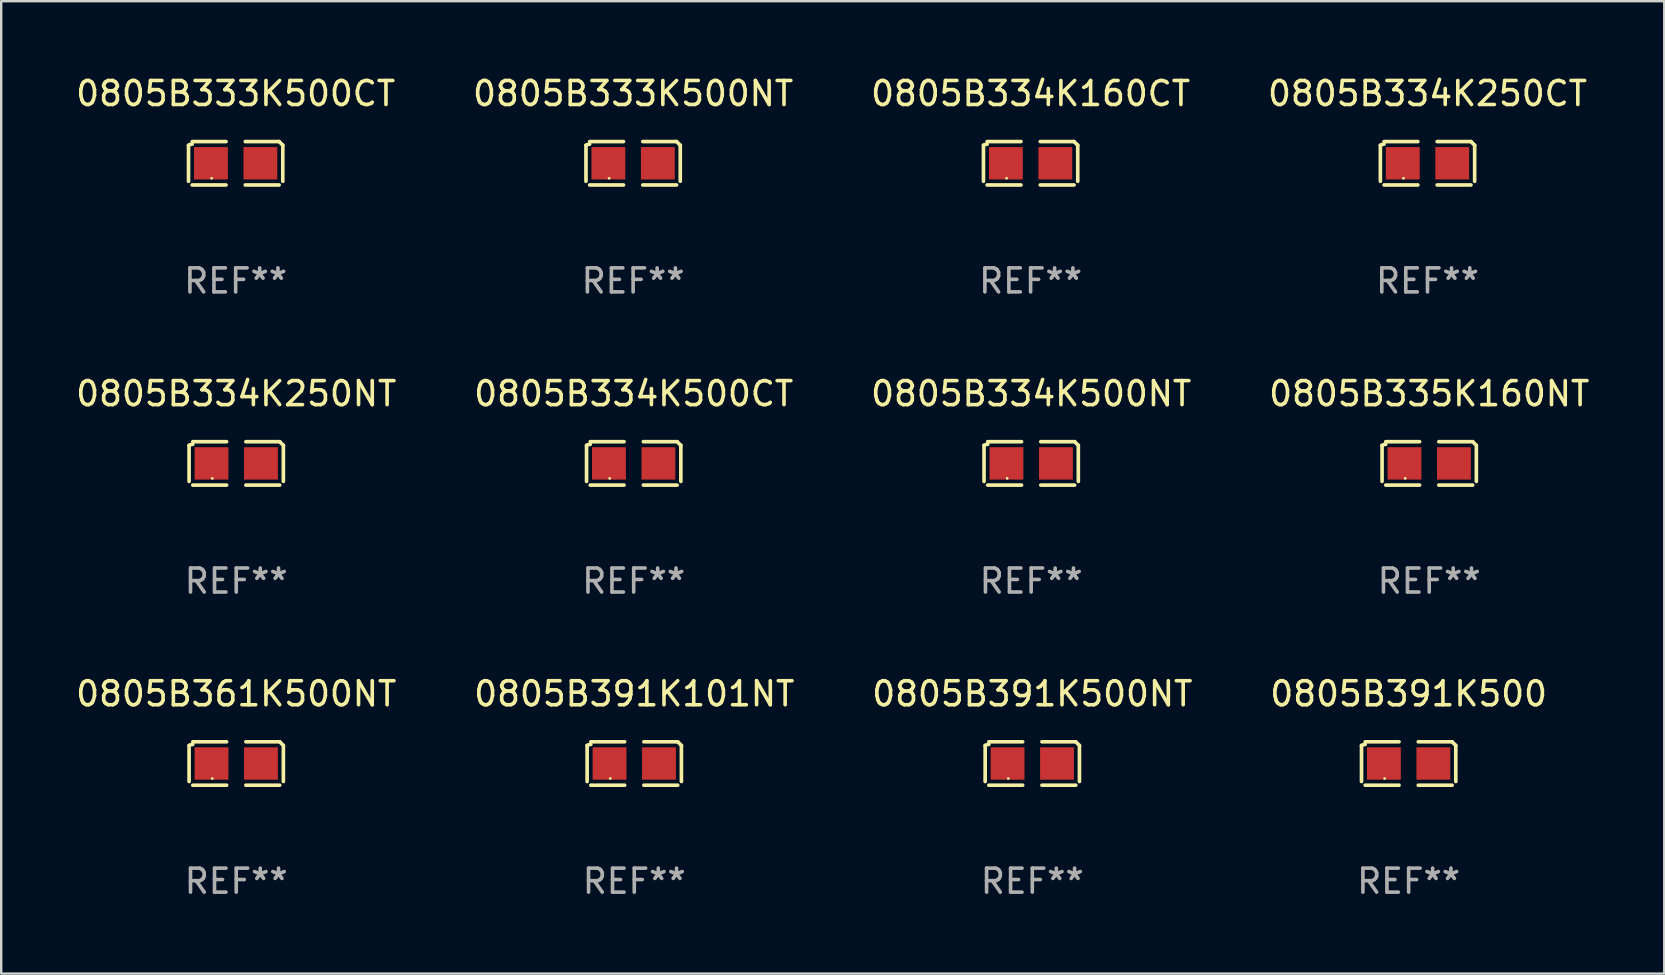
<source format=kicad_pcb>
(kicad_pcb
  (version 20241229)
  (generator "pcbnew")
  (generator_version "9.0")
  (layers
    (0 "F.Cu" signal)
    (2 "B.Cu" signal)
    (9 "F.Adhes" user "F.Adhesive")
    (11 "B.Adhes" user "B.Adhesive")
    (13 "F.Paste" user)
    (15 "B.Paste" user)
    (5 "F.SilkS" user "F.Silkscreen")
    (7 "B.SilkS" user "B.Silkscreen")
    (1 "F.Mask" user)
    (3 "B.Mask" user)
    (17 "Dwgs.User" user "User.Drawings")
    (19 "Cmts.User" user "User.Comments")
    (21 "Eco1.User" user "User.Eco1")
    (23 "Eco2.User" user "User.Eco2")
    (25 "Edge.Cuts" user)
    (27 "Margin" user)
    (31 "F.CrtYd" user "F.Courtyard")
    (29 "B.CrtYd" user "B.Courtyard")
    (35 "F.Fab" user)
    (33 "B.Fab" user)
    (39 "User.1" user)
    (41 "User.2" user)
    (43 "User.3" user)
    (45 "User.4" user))
  (footprint "0805B391K101NT"
    (layer "F.Cu")
    (at 23.375 28.759)
    (property "Reference" "0805B391K101NT" (at 0 -2.904 0) (layer "F.SilkS") (effects (font (size 1 1) (thickness 0.15))))
    (attr through_hole)
    (fp_line (start -1.964 0.751) (end -1.964 -0.751) (stroke (width 0.152) (type solid)) (layer "F.SilkS"))
    (fp_line (start -1.811 -0.904) (end -0.401 -0.904) (stroke (width 0.152) (type solid)) (layer "F.SilkS"))
    (fp_line (start -0.401 0.904) (end -1.811 0.904) (stroke (width 0.152) (type solid)) (layer "F.SilkS"))
    (fp_line (start 0.401 0.904) (end 1.811 0.904) (stroke (width 0.152) (type solid)) (layer "F.SilkS"))
    (fp_line (start 1.811 -0.904) (end 0.401 -0.904) (stroke (width 0.152) (type solid)) (layer "F.SilkS"))
    (fp_line (start 1.964 0.751) (end 1.964 -0.751) (stroke (width 0.152) (type solid)) (layer "F.SilkS"))
    (fp_arc (start -1.963602 -0.751207) (mid -1.890354 -0.783131) (end -1.811201 -0.794044) (stroke (width 0.1524) (type solid)) (layer "F.SilkS"))
    (fp_arc (start 1.811202 -0.903607) (mid 1.887413 -0.827418) (end 1.963602 -0.751207) (stroke (width 0.1524) (type solid)) (layer "F.SilkS"))
    (fp_circle (center -1 0.625) (end -0.97 0.625) (stroke (width 0.06) (type solid)) (fill no) (layer "F.SilkS"))
    (fp_text user "REF**" (at 0 4.904 0) (layer "F.Fab") (effects (font (size 1 1) (thickness 0.15))))
    (pad "1" smd rect (at -1.03 0) (size 1.41 1.35) (layers "F.Cu" "F.Mask" "F.Paste"))
    (pad "2" smd rect (at 1.03 0) (size 1.41 1.35) (layers "F.Cu" "F.Mask" "F.Paste")))
  (footprint "0805B334K160CT"
    (layer "F.Cu")
    (at 39.887 3.752)
    (property "Reference" "0805B334K160CT" (at 0 -2.904 0) (layer "F.SilkS") (effects (font (size 1 1) (thickness 0.15))))
    (attr through_hole)
    (fp_line (start -1.964 0.751) (end -1.964 -0.751) (stroke (width 0.152) (type solid)) (layer "F.SilkS"))
    (fp_line (start -1.811 -0.904) (end -0.401 -0.904) (stroke (width 0.152) (type solid)) (layer "F.SilkS"))
    (fp_line (start -0.401 0.904) (end -1.811 0.904) (stroke (width 0.152) (type solid)) (layer "F.SilkS"))
    (fp_line (start 0.401 0.904) (end 1.811 0.904) (stroke (width 0.152) (type solid)) (layer "F.SilkS"))
    (fp_line (start 1.811 -0.904) (end 0.401 -0.904) (stroke (width 0.152) (type solid)) (layer "F.SilkS"))
    (fp_line (start 1.964 0.751) (end 1.964 -0.751) (stroke (width 0.152) (type solid)) (layer "F.SilkS"))
    (fp_arc (start -1.963602 -0.751207) (mid -1.890354 -0.783131) (end -1.811201 -0.794044) (stroke (width 0.1524) (type solid)) (layer "F.SilkS"))
    (fp_arc (start 1.811202 -0.903607) (mid 1.887413 -0.827418) (end 1.963602 -0.751207) (stroke (width 0.1524) (type solid)) (layer "F.SilkS"))
    (fp_circle (center -1 0.625) (end -0.97 0.625) (stroke (width 0.06) (type solid)) (fill no) (layer "F.SilkS"))
    (fp_text user "REF**" (at 0 4.904 0) (layer "F.Fab") (effects (font (size 1 1) (thickness 0.15))))
    (pad "1" smd rect (at -1.03 0) (size 1.41 1.35) (layers "F.Cu" "F.Mask" "F.Paste"))
    (pad "2" smd rect (at 1.03 0) (size 1.41 1.35) (layers "F.Cu" "F.Mask" "F.Paste")))
  (footprint "0805B334K250NT"
    (layer "F.Cu")
    (at 6.792 16.256)
    (property "Reference" "0805B334K250NT" (at 0 -2.904 0) (layer "F.SilkS") (effects (font (size 1 1) (thickness 0.15))))
    (attr through_hole)
    (fp_line (start -1.964 0.751) (end -1.964 -0.751) (stroke (width 0.152) (type solid)) (layer "F.SilkS"))
    (fp_line (start -1.811 -0.904) (end -0.401 -0.904) (stroke (width 0.152) (type solid)) (layer "F.SilkS"))
    (fp_line (start -0.401 0.904) (end -1.811 0.904) (stroke (width 0.152) (type solid)) (layer "F.SilkS"))
    (fp_line (start 0.401 0.904) (end 1.811 0.904) (stroke (width 0.152) (type solid)) (layer "F.SilkS"))
    (fp_line (start 1.811 -0.904) (end 0.401 -0.904) (stroke (width 0.152) (type solid)) (layer "F.SilkS"))
    (fp_line (start 1.964 0.751) (end 1.964 -0.751) (stroke (width 0.152) (type solid)) (layer "F.SilkS"))
    (fp_arc (start -1.963602 -0.751207) (mid -1.890354 -0.783131) (end -1.811201 -0.794044) (stroke (width 0.1524) (type solid)) (layer "F.SilkS"))
    (fp_arc (start 1.811202 -0.903607) (mid 1.887413 -0.827418) (end 1.963602 -0.751207) (stroke (width 0.1524) (type solid)) (layer "F.SilkS"))
    (fp_circle (center -1 0.625) (end -0.97 0.625) (stroke (width 0.06) (type solid)) (fill no) (layer "F.SilkS"))
    (fp_text user "REF**" (at 0 4.904 0) (layer "F.Fab") (effects (font (size 1 1) (thickness 0.15))))
    (pad "1" smd rect (at -1.03 0) (size 1.41 1.35) (layers "F.Cu" "F.Mask" "F.Paste"))
    (pad "2" smd rect (at 1.03 0) (size 1.41 1.35) (layers "F.Cu" "F.Mask" "F.Paste")))
  (footprint "0805B361K500NT"
    (layer "F.Cu")
    (at 6.792 28.759)
    (property "Reference" "0805B361K500NT" (at 0 -2.904 0) (layer "F.SilkS") (effects (font (size 1 1) (thickness 0.15))))
    (attr through_hole)
    (fp_line (start -1.964 0.751) (end -1.964 -0.751) (stroke (width 0.152) (type solid)) (layer "F.SilkS"))
    (fp_line (start -1.811 -0.904) (end -0.401 -0.904) (stroke (width 0.152) (type solid)) (layer "F.SilkS"))
    (fp_line (start -0.401 0.904) (end -1.811 0.904) (stroke (width 0.152) (type solid)) (layer "F.SilkS"))
    (fp_line (start 0.401 0.904) (end 1.811 0.904) (stroke (width 0.152) (type solid)) (layer "F.SilkS"))
    (fp_line (start 1.811 -0.904) (end 0.401 -0.904) (stroke (width 0.152) (type solid)) (layer "F.SilkS"))
    (fp_line (start 1.964 0.751) (end 1.964 -0.751) (stroke (width 0.152) (type solid)) (layer "F.SilkS"))
    (fp_arc (start -1.963602 -0.751207) (mid -1.890354 -0.783131) (end -1.811201 -0.794044) (stroke (width 0.1524) (type solid)) (layer "F.SilkS"))
    (fp_arc (start 1.811202 -0.903607) (mid 1.887413 -0.827418) (end 1.963602 -0.751207) (stroke (width 0.1524) (type solid)) (layer "F.SilkS"))
    (fp_circle (center -1 0.625) (end -0.97 0.625) (stroke (width 0.06) (type solid)) (fill no) (layer "F.SilkS"))
    (fp_text user "REF**" (at 0 4.904 0) (layer "F.Fab") (effects (font (size 1 1) (thickness 0.15))))
    (pad "1" smd rect (at -1.03 0) (size 1.41 1.35) (layers "F.Cu" "F.Mask" "F.Paste"))
    (pad "2" smd rect (at 1.03 0) (size 1.41 1.35) (layers "F.Cu" "F.Mask" "F.Paste")))
  (footprint "0805B334K250CT"
    (layer "F.Cu")
    (at 56.423 3.752)
    (property "Reference" "0805B334K250CT" (at 0 -2.904 0) (layer "F.SilkS") (effects (font (size 1 1) (thickness 0.15))))
    (attr through_hole)
    (fp_line (start -1.964 0.751) (end -1.964 -0.751) (stroke (width 0.152) (type solid)) (layer "F.SilkS"))
    (fp_line (start -1.811 -0.904) (end -0.401 -0.904) (stroke (width 0.152) (type solid)) (layer "F.SilkS"))
    (fp_line (start -0.401 0.904) (end -1.811 0.904) (stroke (width 0.152) (type solid)) (layer "F.SilkS"))
    (fp_line (start 0.401 0.904) (end 1.811 0.904) (stroke (width 0.152) (type solid)) (layer "F.SilkS"))
    (fp_line (start 1.811 -0.904) (end 0.401 -0.904) (stroke (width 0.152) (type solid)) (layer "F.SilkS"))
    (fp_line (start 1.964 0.751) (end 1.964 -0.751) (stroke (width 0.152) (type solid)) (layer "F.SilkS"))
    (fp_arc (start -1.963602 -0.751207) (mid -1.890354 -0.783131) (end -1.811201 -0.794044) (stroke (width 0.1524) (type solid)) (layer "F.SilkS"))
    (fp_arc (start 1.811202 -0.903607) (mid 1.887413 -0.827418) (end 1.963602 -0.751207) (stroke (width 0.1524) (type solid)) (layer "F.SilkS"))
    (fp_circle (center -1 0.625) (end -0.97 0.625) (stroke (width 0.06) (type solid)) (fill no) (layer "F.SilkS"))
    (fp_text user "REF**" (at 0 4.904 0) (layer "F.Fab") (effects (font (size 1 1) (thickness 0.15))))
    (pad "1" smd rect (at -1.03 0) (size 1.41 1.35) (layers "F.Cu" "F.Mask" "F.Paste"))
    (pad "2" smd rect (at 1.03 0) (size 1.41 1.35) (layers "F.Cu" "F.Mask" "F.Paste")))
  (footprint "0805B334K500CT"
    (layer "F.Cu")
    (at 23.351 16.256)
    (property "Reference" "0805B334K500CT" (at 0 -2.904 0) (layer "F.SilkS") (effects (font (size 1 1) (thickness 0.15))))
    (attr through_hole)
    (fp_line (start -1.964 0.751) (end -1.964 -0.751) (stroke (width 0.152) (type solid)) (layer "F.SilkS"))
    (fp_line (start -1.811 -0.904) (end -0.401 -0.904) (stroke (width 0.152) (type solid)) (layer "F.SilkS"))
    (fp_line (start -0.401 0.904) (end -1.811 0.904) (stroke (width 0.152) (type solid)) (layer "F.SilkS"))
    (fp_line (start 0.401 0.904) (end 1.811 0.904) (stroke (width 0.152) (type solid)) (layer "F.SilkS"))
    (fp_line (start 1.811 -0.904) (end 0.401 -0.904) (stroke (width 0.152) (type solid)) (layer "F.SilkS"))
    (fp_line (start 1.964 0.751) (end 1.964 -0.751) (stroke (width 0.152) (type solid)) (layer "F.SilkS"))
    (fp_arc (start -1.963602 -0.751207) (mid -1.890354 -0.783131) (end -1.811201 -0.794044) (stroke (width 0.1524) (type solid)) (layer "F.SilkS"))
    (fp_arc (start 1.811202 -0.903607) (mid 1.887413 -0.827418) (end 1.963602 -0.751207) (stroke (width 0.1524) (type solid)) (layer "F.SilkS"))
    (fp_circle (center -1 0.625) (end -0.97 0.625) (stroke (width 0.06) (type solid)) (fill no) (layer "F.SilkS"))
    (fp_text user "REF**" (at 0 4.904 0) (layer "F.Fab") (effects (font (size 1 1) (thickness 0.15))))
    (pad "1" smd rect (at -1.03 0) (size 1.41 1.35) (layers "F.Cu" "F.Mask" "F.Paste"))
    (pad "2" smd rect (at 1.03 0) (size 1.41 1.35) (layers "F.Cu" "F.Mask" "F.Paste")))
  (footprint "0805B333K500CT"
    (layer "F.Cu")
    (at 6.768 3.752)
    (property "Reference" "0805B333K500CT" (at 0 -2.904 0) (layer "F.SilkS") (effects (font (size 1 1) (thickness 0.15))))
    (attr through_hole)
    (fp_line (start -1.964 0.751) (end -1.964 -0.751) (stroke (width 0.152) (type solid)) (layer "F.SilkS"))
    (fp_line (start -1.811 -0.904) (end -0.401 -0.904) (stroke (width 0.152) (type solid)) (layer "F.SilkS"))
    (fp_line (start -0.401 0.904) (end -1.811 0.904) (stroke (width 0.152) (type solid)) (layer "F.SilkS"))
    (fp_line (start 0.401 0.904) (end 1.811 0.904) (stroke (width 0.152) (type solid)) (layer "F.SilkS"))
    (fp_line (start 1.811 -0.904) (end 0.401 -0.904) (stroke (width 0.152) (type solid)) (layer "F.SilkS"))
    (fp_line (start 1.964 0.751) (end 1.964 -0.751) (stroke (width 0.152) (type solid)) (layer "F.SilkS"))
    (fp_arc (start -1.963602 -0.751207) (mid -1.890354 -0.783131) (end -1.811201 -0.794044) (stroke (width 0.1524) (type solid)) (layer "F.SilkS"))
    (fp_arc (start 1.811202 -0.903607) (mid 1.887413 -0.827418) (end 1.963602 -0.751207) (stroke (width 0.1524) (type solid)) (layer "F.SilkS"))
    (fp_circle (center -1 0.625) (end -0.97 0.625) (stroke (width 0.06) (type solid)) (fill no) (layer "F.SilkS"))
    (fp_text user "REF**" (at 0 4.904 0) (layer "F.Fab") (effects (font (size 1 1) (thickness 0.15))))
    (pad "1" smd rect (at -1.03 0) (size 1.41 1.35) (layers "F.Cu" "F.Mask" "F.Paste"))
    (pad "2" smd rect (at 1.03 0) (size 1.41 1.35) (layers "F.Cu" "F.Mask" "F.Paste")))
  (footprint "0805B333K500NT"
    (layer "F.Cu")
    (at 23.327 3.752)
    (property "Reference" "0805B333K500NT" (at 0 -2.904 0) (layer "F.SilkS") (effects (font (size 1 1) (thickness 0.15))))
    (attr through_hole)
    (fp_line (start -1.964 0.751) (end -1.964 -0.751) (stroke (width 0.152) (type solid)) (layer "F.SilkS"))
    (fp_line (start -1.811 -0.904) (end -0.401 -0.904) (stroke (width 0.152) (type solid)) (layer "F.SilkS"))
    (fp_line (start -0.401 0.904) (end -1.811 0.904) (stroke (width 0.152) (type solid)) (layer "F.SilkS"))
    (fp_line (start 0.401 0.904) (end 1.811 0.904) (stroke (width 0.152) (type solid)) (layer "F.SilkS"))
    (fp_line (start 1.811 -0.904) (end 0.401 -0.904) (stroke (width 0.152) (type solid)) (layer "F.SilkS"))
    (fp_line (start 1.964 0.751) (end 1.964 -0.751) (stroke (width 0.152) (type solid)) (layer "F.SilkS"))
    (fp_arc (start -1.963602 -0.751207) (mid -1.890354 -0.783131) (end -1.811201 -0.794044) (stroke (width 0.1524) (type solid)) (layer "F.SilkS"))
    (fp_arc (start 1.811202 -0.903607) (mid 1.887413 -0.827418) (end 1.963602 -0.751207) (stroke (width 0.1524) (type solid)) (layer "F.SilkS"))
    (fp_circle (center -1 0.625) (end -0.97 0.625) (stroke (width 0.06) (type solid)) (fill no) (layer "F.SilkS"))
    (fp_text user "REF**" (at 0 4.904 0) (layer "F.Fab") (effects (font (size 1 1) (thickness 0.15))))
    (pad "1" smd rect (at -1.03 0) (size 1.41 1.35) (layers "F.Cu" "F.Mask" "F.Paste"))
    (pad "2" smd rect (at 1.03 0) (size 1.41 1.35) (layers "F.Cu" "F.Mask" "F.Paste")))
  (footprint "0805B391K500NT"
    (layer "F.Cu")
    (at 39.958 28.759)
    (property "Reference" "0805B391K500NT" (at 0 -2.904 0) (layer "F.SilkS") (effects (font (size 1 1) (thickness 0.15))))
    (attr through_hole)
    (fp_line (start -1.964 0.751) (end -1.964 -0.751) (stroke (width 0.152) (type solid)) (layer "F.SilkS"))
    (fp_line (start -1.811 -0.904) (end -0.401 -0.904) (stroke (width 0.152) (type solid)) (layer "F.SilkS"))
    (fp_line (start -0.401 0.904) (end -1.811 0.904) (stroke (width 0.152) (type solid)) (layer "F.SilkS"))
    (fp_line (start 0.401 0.904) (end 1.811 0.904) (stroke (width 0.152) (type solid)) (layer "F.SilkS"))
    (fp_line (start 1.811 -0.904) (end 0.401 -0.904) (stroke (width 0.152) (type solid)) (layer "F.SilkS"))
    (fp_line (start 1.964 0.751) (end 1.964 -0.751) (stroke (width 0.152) (type solid)) (layer "F.SilkS"))
    (fp_arc (start -1.963602 -0.751207) (mid -1.890354 -0.783131) (end -1.811201 -0.794044) (stroke (width 0.1524) (type solid)) (layer "F.SilkS"))
    (fp_arc (start 1.811202 -0.903607) (mid 1.887413 -0.827418) (end 1.963602 -0.751207) (stroke (width 0.1524) (type solid)) (layer "F.SilkS"))
    (fp_circle (center -1 0.625) (end -0.97 0.625) (stroke (width 0.06) (type solid)) (fill no) (layer "F.SilkS"))
    (fp_text user "REF**" (at 0 4.904 0) (layer "F.Fab") (effects (font (size 1 1) (thickness 0.15))))
    (pad "1" smd rect (at -1.03 0) (size 1.41 1.35) (layers "F.Cu" "F.Mask" "F.Paste"))
    (pad "2" smd rect (at 1.03 0) (size 1.41 1.35) (layers "F.Cu" "F.Mask" "F.Paste")))
  (footprint "0805B334K500NT"
    (layer "F.Cu")
    (at 39.911 16.256)
    (property "Reference" "0805B334K500NT" (at 0 -2.904 0) (layer "F.SilkS") (effects (font (size 1 1) (thickness 0.15))))
    (attr through_hole)
    (fp_line (start -1.964 0.751) (end -1.964 -0.751) (stroke (width 0.152) (type solid)) (layer "F.SilkS"))
    (fp_line (start -1.811 -0.904) (end -0.401 -0.904) (stroke (width 0.152) (type solid)) (layer "F.SilkS"))
    (fp_line (start -0.401 0.904) (end -1.811 0.904) (stroke (width 0.152) (type solid)) (layer "F.SilkS"))
    (fp_line (start 0.401 0.904) (end 1.811 0.904) (stroke (width 0.152) (type solid)) (layer "F.SilkS"))
    (fp_line (start 1.811 -0.904) (end 0.401 -0.904) (stroke (width 0.152) (type solid)) (layer "F.SilkS"))
    (fp_line (start 1.964 0.751) (end 1.964 -0.751) (stroke (width 0.152) (type solid)) (layer "F.SilkS"))
    (fp_arc (start -1.963602 -0.751207) (mid -1.890354 -0.783131) (end -1.811201 -0.794044) (stroke (width 0.1524) (type solid)) (layer "F.SilkS"))
    (fp_arc (start 1.811202 -0.903607) (mid 1.887413 -0.827418) (end 1.963602 -0.751207) (stroke (width 0.1524) (type solid)) (layer "F.SilkS"))
    (fp_circle (center -1 0.625) (end -0.97 0.625) (stroke (width 0.06) (type solid)) (fill no) (layer "F.SilkS"))
    (fp_text user "REF**" (at 0 4.904 0) (layer "F.Fab") (effects (font (size 1 1) (thickness 0.15))))
    (pad "1" smd rect (at -1.03 0) (size 1.41 1.35) (layers "F.Cu" "F.Mask" "F.Paste"))
    (pad "2" smd rect (at 1.03 0) (size 1.41 1.35) (layers "F.Cu" "F.Mask" "F.Paste")))
  (footprint "0805B391K500"
    (layer "F.Cu")
    (at 55.637 28.759)
    (property "Reference" "0805B391K500" (at 0 -2.904 0) (layer "F.SilkS") (effects (font (size 1 1) (thickness 0.15))))
    (attr through_hole)
    (fp_line (start -1.964 0.751) (end -1.964 -0.751) (stroke (width 0.152) (type solid)) (layer "F.SilkS"))
    (fp_line (start -1.811 -0.904) (end -0.401 -0.904) (stroke (width 0.152) (type solid)) (layer "F.SilkS"))
    (fp_line (start -0.401 0.904) (end -1.811 0.904) (stroke (width 0.152) (type solid)) (layer "F.SilkS"))
    (fp_line (start 0.401 0.904) (end 1.811 0.904) (stroke (width 0.152) (type solid)) (layer "F.SilkS"))
    (fp_line (start 1.811 -0.904) (end 0.401 -0.904) (stroke (width 0.152) (type solid)) (layer "F.SilkS"))
    (fp_line (start 1.964 0.751) (end 1.964 -0.751) (stroke (width 0.152) (type solid)) (layer "F.SilkS"))
    (fp_arc (start -1.963602 -0.751207) (mid -1.890354 -0.783131) (end -1.811201 -0.794044) (stroke (width 0.1524) (type solid)) (layer "F.SilkS"))
    (fp_arc (start 1.811202 -0.903607) (mid 1.887413 -0.827418) (end 1.963602 -0.751207) (stroke (width 0.1524) (type solid)) (layer "F.SilkS"))
    (fp_circle (center -1 0.625) (end -0.97 0.625) (stroke (width 0.06) (type solid)) (fill no) (layer "F.SilkS"))
    (fp_text user "REF**" (at 0 4.904 0) (layer "F.Fab") (effects (font (size 1 1) (thickness 0.15))))
    (pad "1" smd rect (at -1.03 0) (size 1.41 1.35) (layers "F.Cu" "F.Mask" "F.Paste"))
    (pad "2" smd rect (at 1.03 0) (size 1.41 1.35) (layers "F.Cu" "F.Mask" "F.Paste")))
  (footprint "0805B335K160NT"
    (layer "F.Cu")
    (at 56.494 16.256)
    (property "Reference" "0805B335K160NT" (at 0 -2.904 0) (layer "F.SilkS") (effects (font (size 1 1) (thickness 0.15))))
    (attr through_hole)
    (fp_line (start -1.964 0.751) (end -1.964 -0.751) (stroke (width 0.152) (type solid)) (layer "F.SilkS"))
    (fp_line (start -1.811 -0.904) (end -0.401 -0.904) (stroke (width 0.152) (type solid)) (layer "F.SilkS"))
    (fp_line (start -0.401 0.904) (end -1.811 0.904) (stroke (width 0.152) (type solid)) (layer "F.SilkS"))
    (fp_line (start 0.401 0.904) (end 1.811 0.904) (stroke (width 0.152) (type solid)) (layer "F.SilkS"))
    (fp_line (start 1.811 -0.904) (end 0.401 -0.904) (stroke (width 0.152) (type solid)) (layer "F.SilkS"))
    (fp_line (start 1.964 0.751) (end 1.964 -0.751) (stroke (width 0.152) (type solid)) (layer "F.SilkS"))
    (fp_arc (start -1.963602 -0.751207) (mid -1.890354 -0.783131) (end -1.811201 -0.794044) (stroke (width 0.1524) (type solid)) (layer "F.SilkS"))
    (fp_arc (start 1.811202 -0.903607) (mid 1.887413 -0.827418) (end 1.963602 -0.751207) (stroke (width 0.1524) (type solid)) (layer "F.SilkS"))
    (fp_circle (center -1 0.625) (end -0.97 0.625) (stroke (width 0.06) (type solid)) (fill no) (layer "F.SilkS"))
    (fp_text user "REF**" (at 0 4.904 0) (layer "F.Fab") (effects (font (size 1 1) (thickness 0.15))))
    (pad "1" smd rect (at -1.03 0) (size 1.41 1.35) (layers "F.Cu" "F.Mask" "F.Paste"))
    (pad "2" smd rect (at 1.03 0) (size 1.41 1.35) (layers "F.Cu" "F.Mask" "F.Paste")))
  (gr_rect
    (start -3 -3)
    (end 66.286 37.511)
    (stroke (width 0.1) (type default))
    (fill no)
    (layer "Edge.Cuts")))
</source>
